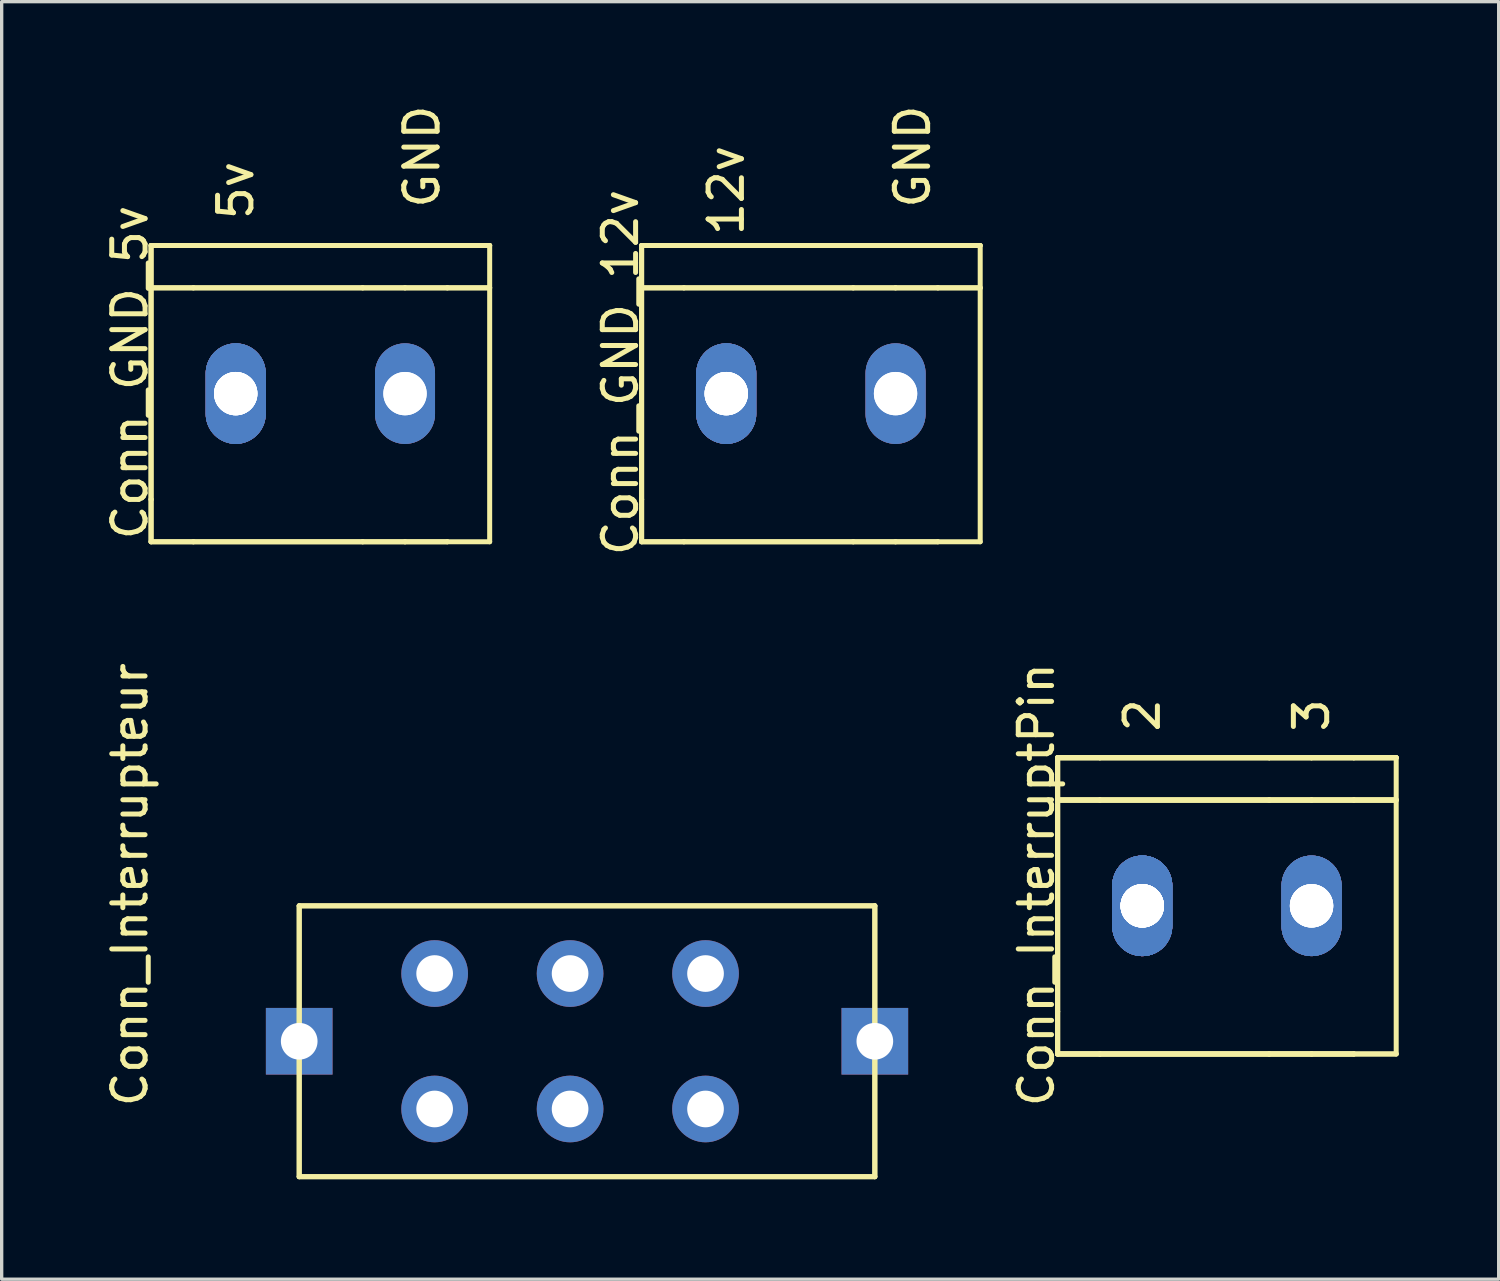
<source format=kicad_pcb>
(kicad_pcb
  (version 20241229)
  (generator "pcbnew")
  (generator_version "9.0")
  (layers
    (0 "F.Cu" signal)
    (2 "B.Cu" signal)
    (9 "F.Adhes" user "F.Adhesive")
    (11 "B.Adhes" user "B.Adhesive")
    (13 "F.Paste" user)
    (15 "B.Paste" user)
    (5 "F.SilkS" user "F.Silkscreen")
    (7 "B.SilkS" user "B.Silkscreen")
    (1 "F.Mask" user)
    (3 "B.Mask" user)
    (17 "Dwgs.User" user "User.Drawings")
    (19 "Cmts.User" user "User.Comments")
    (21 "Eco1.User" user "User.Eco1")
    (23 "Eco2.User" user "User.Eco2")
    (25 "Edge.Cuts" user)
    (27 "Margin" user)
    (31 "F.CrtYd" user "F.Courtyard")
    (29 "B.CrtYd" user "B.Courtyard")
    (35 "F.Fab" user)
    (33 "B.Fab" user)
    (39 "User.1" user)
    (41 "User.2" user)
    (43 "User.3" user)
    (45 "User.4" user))
  (footprint "Conn_GND_12v"
    (layer "F.Cu")
    (at 21.282 8.761)
    (property "Reference" "Conn_GND_12v" (at -5.715 -0.635 90) (layer "F.SilkS") (effects (font (size 1 1) (thickness 0.15))))
    (attr exclude_from_pos_files exclude_from_bom)
    (fp_line (start -5.08 -4.445) (end -3.81 -4.445) (stroke (width 0.15) (type solid)) (layer "F.SilkS"))
    (fp_line (start -5.08 -4.445) (end -3.81 -4.445) (stroke (width 0.15) (type solid)) (layer "F.SilkS"))
    (fp_line (start -5.08 -3.175) (end -5.08 -4.445) (stroke (width 0.15) (type solid)) (layer "F.SilkS"))
    (fp_line (start -5.08 -3.175) (end -5.08 -4.445) (stroke (width 0.15) (type solid)) (layer "F.SilkS"))
    (fp_line (start -5.08 -3.175) (end -5.08 3.175) (stroke (width 0.15) (type solid)) (layer "F.SilkS"))
    (fp_line (start -5.08 -3.175) (end -5.08 3.175) (stroke (width 0.15) (type solid)) (layer "F.SilkS"))
    (fp_line (start -5.08 -3.175) (end -3.81 -3.175) (stroke (width 0.15) (type solid)) (layer "F.SilkS"))
    (fp_line (start -5.08 -3.175) (end -3.81 -3.175) (stroke (width 0.15) (type solid)) (layer "F.SilkS"))
    (fp_line (start -5.08 4.445) (end -5.08 3.175) (stroke (width 0.15) (type solid)) (layer "F.SilkS"))
    (fp_line (start -5.08 4.445) (end -5.08 3.175) (stroke (width 0.15) (type solid)) (layer "F.SilkS"))
    (fp_line (start -3.81 -4.445) (end 1.27 -4.445) (stroke (width 0.15) (type solid)) (layer "F.SilkS"))
    (fp_line (start -3.81 -4.445) (end 1.27 -4.445) (stroke (width 0.15) (type solid)) (layer "F.SilkS"))
    (fp_line (start -3.81 4.445) (end -5.08 4.445) (stroke (width 0.15) (type solid)) (layer "F.SilkS"))
    (fp_line (start -3.81 4.445) (end -5.08 4.445) (stroke (width 0.15) (type solid)) (layer "F.SilkS"))
    (fp_line (start 1.27 -4.445) (end 2.54 -4.445) (stroke (width 0.15) (type solid)) (layer "F.SilkS"))
    (fp_line (start 1.27 -4.445) (end 2.54 -4.445) (stroke (width 0.15) (type solid)) (layer "F.SilkS"))
    (fp_line (start 1.27 -3.175) (end -3.81 -3.175) (stroke (width 0.15) (type solid)) (layer "F.SilkS"))
    (fp_line (start 1.27 -3.175) (end -3.81 -3.175) (stroke (width 0.15) (type solid)) (layer "F.SilkS"))
    (fp_line (start 1.27 -3.175) (end 2.54 -3.175) (stroke (width 0.15) (type solid)) (layer "F.SilkS"))
    (fp_line (start 1.27 -3.175) (end 2.54 -3.175) (stroke (width 0.15) (type solid)) (layer "F.SilkS"))
    (fp_line (start 1.27 4.445) (end -3.81 4.445) (stroke (width 0.15) (type solid)) (layer "F.SilkS"))
    (fp_line (start 1.27 4.445) (end -3.81 4.445) (stroke (width 0.15) (type solid)) (layer "F.SilkS"))
    (fp_line (start 1.27 4.445) (end 2.54 4.445) (stroke (width 0.15) (type solid)) (layer "F.SilkS"))
    (fp_line (start 1.27 4.445) (end 2.54 4.445) (stroke (width 0.15) (type solid)) (layer "F.SilkS"))
    (fp_line (start 2.54 -4.445) (end 3.81 -4.445) (stroke (width 0.15) (type solid)) (layer "F.SilkS"))
    (fp_line (start 2.54 -4.445) (end 3.81 -4.445) (stroke (width 0.15) (type solid)) (layer "F.SilkS"))
    (fp_line (start 2.54 -3.175) (end 3.81 -3.175) (stroke (width 0.15) (type solid)) (layer "F.SilkS"))
    (fp_line (start 2.54 -3.175) (end 3.81 -3.175) (stroke (width 0.15) (type solid)) (layer "F.SilkS"))
    (fp_line (start 2.54 4.445) (end 3.81 4.445) (stroke (width 0.15) (type solid)) (layer "F.SilkS"))
    (fp_line (start 2.54 4.445) (end 3.81 4.445) (stroke (width 0.15) (type solid)) (layer "F.SilkS"))
    (fp_line (start 3.81 -4.445) (end 5.08 -4.445) (stroke (width 0.15) (type solid)) (layer "F.SilkS"))
    (fp_line (start 3.81 -4.445) (end 5.08 -4.445) (stroke (width 0.15) (type solid)) (layer "F.SilkS"))
    (fp_line (start 3.81 -3.175) (end 5.08 -3.175) (stroke (width 0.15) (type solid)) (layer "F.SilkS"))
    (fp_line (start 3.81 -3.175) (end 5.08 -3.175) (stroke (width 0.15) (type solid)) (layer "F.SilkS"))
    (fp_line (start 5.08 -4.445) (end 5.08 4.445) (stroke (width 0.15) (type solid)) (layer "F.SilkS"))
    (fp_line (start 5.08 4.445) (end 3.81 4.445) (stroke (width 0.15) (type solid)) (layer "F.SilkS"))
    (fp_text user "12v" (at -2.54 -6.096 90) (layer "F.SilkS") (effects (font (size 1 1) (thickness 0.15))))
    (fp_text user "GND" (at 3.048 -7.112 90) (layer "F.SilkS") (effects (font (size 1 1) (thickness 0.15))))
    (pad "1" thru_hole oval (at -2.54 0) (size 1.8 3.015) (drill 1.3) (layers "*.Cu" "*.Mask"))
    (pad "1" thru_hole oval (at -2.54 0) (size 1.8 3.015) (drill 1.3) (layers "*.Cu" "*.Mask"))
    (pad "1" thru_hole oval (at -2.54 0) (size 1.8 3.015) (drill 1.3) (layers "*.Cu" "*.Mask"))
    (pad "1" thru_hole oval (at -2.54 0) (size 1.8 3.015) (drill 1.3) (layers "*.Cu" "*.Mask"))
    (pad "2" thru_hole oval (at 2.54 0) (size 1.8 3.015) (drill 1.3) (layers "*.Cu" "*.Mask"))
    (pad "2" thru_hole oval (at 2.54 0) (size 1.8 3.015) (drill 1.3) (layers "*.Cu" "*.Mask")))
  (footprint "Conn_Interrupteur"
    (layer "F.Cu")
    (at 5.928 24.13)
    (property "Reference" "Conn_Interrupteur" (at -5.08 -0.635 90) (layer "F.SilkS") (effects (font (size 1 1) (thickness 0.15))))
    (attr exclude_from_pos_files exclude_from_bom)
    (fp_line (start 0 0) (end 17.272 0) (stroke (width 0.15) (type solid)) (layer "F.SilkS"))
    (fp_line (start 0 0) (end 17.272 0) (stroke (width 0.15) (type solid)) (layer "F.SilkS"))
    (fp_line (start 0 8.128) (end 0 0) (stroke (width 0.15) (type solid)) (layer "F.SilkS"))
    (fp_line (start 0 8.128) (end 0 0) (stroke (width 0.15) (type solid)) (layer "F.SilkS"))
    (fp_line (start 17.272 0) (end 17.272 8.128) (stroke (width 0.15) (type solid)) (layer "F.SilkS"))
    (fp_line (start 17.272 0) (end 17.272 8.128) (stroke (width 0.15) (type solid)) (layer "F.SilkS"))
    (fp_line (start 17.272 8.128) (end 0 8.128) (stroke (width 0.15) (type solid)) (layer "F.SilkS"))
    (fp_line (start 17.272 8.128) (end 0 8.128) (stroke (width 0.15) (type solid)) (layer "F.SilkS"))
    (pad "1" thru_hole circle (at 4.064 6.096) (size 2 2) (drill 1.1) (layers "*.Cu" "*.Mask"))
    (pad "2" thru_hole circle (at 8.128 6.096) (size 2 2) (drill 1.1) (layers "*.Cu" "*.Mask"))
    (pad "3" thru_hole circle (at 12.192 6.096) (size 2 2) (drill 1.1) (layers "*.Cu" "*.Mask"))
    (pad "4" thru_hole rect (at 17.272 4.064) (size 2 2) (drill 1.1) (layers "*.Cu" "*.Mask"))
    (pad "5" thru_hole circle (at 12.192 2.032) (size 2 2) (drill 1.1) (layers "*.Cu" "*.Mask"))
    (pad "6" thru_hole circle (at 8.128 2.032) (size 2 2) (drill 1.1) (layers "*.Cu" "*.Mask"))
    (pad "7" thru_hole circle (at 4.064 2.032) (size 2 2) (drill 1.1) (layers "*.Cu" "*.Mask"))
    (pad "8" thru_hole rect (at 0 4.064) (size 2 2) (drill 1.1) (layers "*.Cu" "*.Mask")))
  (footprint "Conn_InterruptPin"
    (layer "F.Cu")
    (at 33.764 24.13)
    (property "Reference" "Conn_InterruptPin" (at -5.715 -0.635 90) (layer "F.SilkS") (effects (font (size 1 1) (thickness 0.15))))
    (attr exclude_from_pos_files exclude_from_bom)
    (fp_line (start -5.08 -4.445) (end -3.81 -4.445) (stroke (width 0.15) (type solid)) (layer "F.SilkS"))
    (fp_line (start -5.08 -4.445) (end -3.81 -4.445) (stroke (width 0.15) (type solid)) (layer "F.SilkS"))
    (fp_line (start -5.08 -4.445) (end -3.81 -4.445) (stroke (width 0.15) (type solid)) (layer "F.SilkS"))
    (fp_line (start -5.08 -4.445) (end -3.81 -4.445) (stroke (width 0.15) (type solid)) (layer "F.SilkS"))
    (fp_line (start -5.08 -3.175) (end -5.08 -4.445) (stroke (width 0.15) (type solid)) (layer "F.SilkS"))
    (fp_line (start -5.08 -3.175) (end -5.08 -4.445) (stroke (width 0.15) (type solid)) (layer "F.SilkS"))
    (fp_line (start -5.08 -3.175) (end -5.08 -4.445) (stroke (width 0.15) (type solid)) (layer "F.SilkS"))
    (fp_line (start -5.08 -3.175) (end -5.08 -4.445) (stroke (width 0.15) (type solid)) (layer "F.SilkS"))
    (fp_line (start -5.08 -3.175) (end -5.08 3.175) (stroke (width 0.15) (type solid)) (layer "F.SilkS"))
    (fp_line (start -5.08 -3.175) (end -5.08 3.175) (stroke (width 0.15) (type solid)) (layer "F.SilkS"))
    (fp_line (start -5.08 -3.175) (end -5.08 3.175) (stroke (width 0.15) (type solid)) (layer "F.SilkS"))
    (fp_line (start -5.08 -3.175) (end -5.08 3.175) (stroke (width 0.15) (type solid)) (layer "F.SilkS"))
    (fp_line (start -5.08 -3.175) (end -3.81 -3.175) (stroke (width 0.15) (type solid)) (layer "F.SilkS"))
    (fp_line (start -5.08 -3.175) (end -3.81 -3.175) (stroke (width 0.15) (type solid)) (layer "F.SilkS"))
    (fp_line (start -5.08 -3.175) (end -3.81 -3.175) (stroke (width 0.15) (type solid)) (layer "F.SilkS"))
    (fp_line (start -5.08 -3.175) (end -3.81 -3.175) (stroke (width 0.15) (type solid)) (layer "F.SilkS"))
    (fp_line (start -5.08 4.445) (end -5.08 3.175) (stroke (width 0.15) (type solid)) (layer "F.SilkS"))
    (fp_line (start -5.08 4.445) (end -5.08 3.175) (stroke (width 0.15) (type solid)) (layer "F.SilkS"))
    (fp_line (start -5.08 4.445) (end -5.08 3.175) (stroke (width 0.15) (type solid)) (layer "F.SilkS"))
    (fp_line (start -5.08 4.445) (end -5.08 3.175) (stroke (width 0.15) (type solid)) (layer "F.SilkS"))
    (fp_line (start -3.81 -4.445) (end 1.27 -4.445) (stroke (width 0.15) (type solid)) (layer "F.SilkS"))
    (fp_line (start -3.81 -4.445) (end 1.27 -4.445) (stroke (width 0.15) (type solid)) (layer "F.SilkS"))
    (fp_line (start -3.81 -4.445) (end 1.27 -4.445) (stroke (width 0.15) (type solid)) (layer "F.SilkS"))
    (fp_line (start -3.81 -4.445) (end 1.27 -4.445) (stroke (width 0.15) (type solid)) (layer "F.SilkS"))
    (fp_line (start -3.81 4.445) (end -5.08 4.445) (stroke (width 0.15) (type solid)) (layer "F.SilkS"))
    (fp_line (start -3.81 4.445) (end -5.08 4.445) (stroke (width 0.15) (type solid)) (layer "F.SilkS"))
    (fp_line (start -3.81 4.445) (end -5.08 4.445) (stroke (width 0.15) (type solid)) (layer "F.SilkS"))
    (fp_line (start -3.81 4.445) (end -5.08 4.445) (stroke (width 0.15) (type solid)) (layer "F.SilkS"))
    (fp_line (start 1.27 -4.445) (end 2.54 -4.445) (stroke (width 0.15) (type solid)) (layer "F.SilkS"))
    (fp_line (start 1.27 -4.445) (end 2.54 -4.445) (stroke (width 0.15) (type solid)) (layer "F.SilkS"))
    (fp_line (start 1.27 -4.445) (end 2.54 -4.445) (stroke (width 0.15) (type solid)) (layer "F.SilkS"))
    (fp_line (start 1.27 -4.445) (end 2.54 -4.445) (stroke (width 0.15) (type solid)) (layer "F.SilkS"))
    (fp_line (start 1.27 -3.175) (end -3.81 -3.175) (stroke (width 0.15) (type solid)) (layer "F.SilkS"))
    (fp_line (start 1.27 -3.175) (end -3.81 -3.175) (stroke (width 0.15) (type solid)) (layer "F.SilkS"))
    (fp_line (start 1.27 -3.175) (end -3.81 -3.175) (stroke (width 0.15) (type solid)) (layer "F.SilkS"))
    (fp_line (start 1.27 -3.175) (end -3.81 -3.175) (stroke (width 0.15) (type solid)) (layer "F.SilkS"))
    (fp_line (start 1.27 -3.175) (end 2.54 -3.175) (stroke (width 0.15) (type solid)) (layer "F.SilkS"))
    (fp_line (start 1.27 -3.175) (end 2.54 -3.175) (stroke (width 0.15) (type solid)) (layer "F.SilkS"))
    (fp_line (start 1.27 -3.175) (end 2.54 -3.175) (stroke (width 0.15) (type solid)) (layer "F.SilkS"))
    (fp_line (start 1.27 -3.175) (end 2.54 -3.175) (stroke (width 0.15) (type solid)) (layer "F.SilkS"))
    (fp_line (start 1.27 4.445) (end -3.81 4.445) (stroke (width 0.15) (type solid)) (layer "F.SilkS"))
    (fp_line (start 1.27 4.445) (end -3.81 4.445) (stroke (width 0.15) (type solid)) (layer "F.SilkS"))
    (fp_line (start 1.27 4.445) (end -3.81 4.445) (stroke (width 0.15) (type solid)) (layer "F.SilkS"))
    (fp_line (start 1.27 4.445) (end -3.81 4.445) (stroke (width 0.15) (type solid)) (layer "F.SilkS"))
    (fp_line (start 1.27 4.445) (end 2.54 4.445) (stroke (width 0.15) (type solid)) (layer "F.SilkS"))
    (fp_line (start 1.27 4.445) (end 2.54 4.445) (stroke (width 0.15) (type solid)) (layer "F.SilkS"))
    (fp_line (start 1.27 4.445) (end 2.54 4.445) (stroke (width 0.15) (type solid)) (layer "F.SilkS"))
    (fp_line (start 1.27 4.445) (end 2.54 4.445) (stroke (width 0.15) (type solid)) (layer "F.SilkS"))
    (fp_line (start 2.54 -4.445) (end 3.81 -4.445) (stroke (width 0.15) (type solid)) (layer "F.SilkS"))
    (fp_line (start 2.54 -4.445) (end 3.81 -4.445) (stroke (width 0.15) (type solid)) (layer "F.SilkS"))
    (fp_line (start 2.54 -4.445) (end 3.81 -4.445) (stroke (width 0.15) (type solid)) (layer "F.SilkS"))
    (fp_line (start 2.54 -4.445) (end 3.81 -4.445) (stroke (width 0.15) (type solid)) (layer "F.SilkS"))
    (fp_line (start 2.54 -3.175) (end 3.81 -3.175) (stroke (width 0.15) (type solid)) (layer "F.SilkS"))
    (fp_line (start 2.54 -3.175) (end 3.81 -3.175) (stroke (width 0.15) (type solid)) (layer "F.SilkS"))
    (fp_line (start 2.54 -3.175) (end 3.81 -3.175) (stroke (width 0.15) (type solid)) (layer "F.SilkS"))
    (fp_line (start 2.54 -3.175) (end 3.81 -3.175) (stroke (width 0.15) (type solid)) (layer "F.SilkS"))
    (fp_line (start 2.54 4.445) (end 3.81 4.445) (stroke (width 0.15) (type solid)) (layer "F.SilkS"))
    (fp_line (start 2.54 4.445) (end 3.81 4.445) (stroke (width 0.15) (type solid)) (layer "F.SilkS"))
    (fp_line (start 2.54 4.445) (end 3.81 4.445) (stroke (width 0.15) (type solid)) (layer "F.SilkS"))
    (fp_line (start 2.54 4.445) (end 3.81 4.445) (stroke (width 0.15) (type solid)) (layer "F.SilkS"))
    (fp_line (start 3.81 -4.445) (end 5.08 -4.445) (stroke (width 0.15) (type solid)) (layer "F.SilkS"))
    (fp_line (start 3.81 -4.445) (end 5.08 -4.445) (stroke (width 0.15) (type solid)) (layer "F.SilkS"))
    (fp_line (start 3.81 -4.445) (end 5.08 -4.445) (stroke (width 0.15) (type solid)) (layer "F.SilkS"))
    (fp_line (start 3.81 -4.445) (end 5.08 -4.445) (stroke (width 0.15) (type solid)) (layer "F.SilkS"))
    (fp_line (start 3.81 -3.175) (end 5.08 -3.175) (stroke (width 0.15) (type solid)) (layer "F.SilkS"))
    (fp_line (start 3.81 -3.175) (end 5.08 -3.175) (stroke (width 0.15) (type solid)) (layer "F.SilkS"))
    (fp_line (start 3.81 -3.175) (end 5.08 -3.175) (stroke (width 0.15) (type solid)) (layer "F.SilkS"))
    (fp_line (start 3.81 -3.175) (end 5.08 -3.175) (stroke (width 0.15) (type solid)) (layer "F.SilkS"))
    (fp_line (start 5.08 -4.445) (end 5.08 4.445) (stroke (width 0.15) (type solid)) (layer "F.SilkS"))
    (fp_line (start 5.08 4.445) (end 3.81 4.445) (stroke (width 0.15) (type solid)) (layer "F.SilkS"))
    (fp_line (start 5.08 4.445) (end 3.81 4.445) (stroke (width 0.15) (type solid)) (layer "F.SilkS"))
    (fp_text user "3" (at 2.54 -5.715 90) (layer "F.SilkS") (effects (font (size 1 1) (thickness 0.15))))
    (fp_text user "2" (at -2.54 -5.715 90) (layer "F.SilkS") (effects (font (size 1 1) (thickness 0.15))))
    (pad "1" thru_hole oval (at -2.54 0) (size 1.8 3.015) (drill 1.3) (layers "*.Cu" "*.Mask"))
    (pad "1" thru_hole oval (at -2.54 0) (size 1.8 3.015) (drill 1.3) (layers "*.Cu" "*.Mask"))
    (pad "1" thru_hole oval (at -2.54 0) (size 1.8 3.015) (drill 1.3) (layers "*.Cu" "*.Mask"))
    (pad "1" thru_hole oval (at -2.54 0) (size 1.8 3.015) (drill 1.3) (layers "*.Cu" "*.Mask"))
    (pad "1" thru_hole oval (at -2.54 0) (size 1.8 3.015) (drill 1.3) (layers "*.Cu" "*.Mask"))
    (pad "1" thru_hole oval (at -2.54 0) (size 1.8 3.015) (drill 1.3) (layers "*.Cu" "*.Mask"))
    (pad "1" thru_hole oval (at -2.54 0) (size 1.8 3.015) (drill 1.3) (layers "*.Cu" "*.Mask"))
    (pad "1" thru_hole oval (at -2.54 0) (size 1.8 3.015) (drill 1.3) (layers "*.Cu" "*.Mask"))
    (pad "2" thru_hole oval (at 2.54 0) (size 1.8 3.015) (drill 1.3) (layers "*.Cu" "*.Mask"))
    (pad "2" thru_hole oval (at 2.54 0) (size 1.8 3.015) (drill 1.3) (layers "*.Cu" "*.Mask"))
    (pad "2" thru_hole oval (at 2.54 0) (size 1.8 3.015) (drill 1.3) (layers "*.Cu" "*.Mask"))
    (pad "2" thru_hole oval (at 2.54 0) (size 1.8 3.015) (drill 1.3) (layers "*.Cu" "*.Mask")))
  (footprint "Conn_GND_5v"
    (layer "F.Cu")
    (at 6.563 8.761)
    (property "Reference" "Conn_GND_5v" (at -5.715 -0.635 90) (layer "F.SilkS") (effects (font (size 1 1) (thickness 0.15))))
    (attr exclude_from_pos_files exclude_from_bom)
    (fp_line (start -5.08 -4.445) (end -3.81 -4.445) (stroke (width 0.15) (type solid)) (layer "F.SilkS"))
    (fp_line (start -5.08 -4.445) (end -3.81 -4.445) (stroke (width 0.15) (type solid)) (layer "F.SilkS"))
    (fp_line (start -5.08 -3.175) (end -5.08 -4.445) (stroke (width 0.15) (type solid)) (layer "F.SilkS"))
    (fp_line (start -5.08 -3.175) (end -5.08 -4.445) (stroke (width 0.15) (type solid)) (layer "F.SilkS"))
    (fp_line (start -5.08 -3.175) (end -5.08 3.175) (stroke (width 0.15) (type solid)) (layer "F.SilkS"))
    (fp_line (start -5.08 -3.175) (end -5.08 3.175) (stroke (width 0.15) (type solid)) (layer "F.SilkS"))
    (fp_line (start -5.08 -3.175) (end -3.81 -3.175) (stroke (width 0.15) (type solid)) (layer "F.SilkS"))
    (fp_line (start -5.08 -3.175) (end -3.81 -3.175) (stroke (width 0.15) (type solid)) (layer "F.SilkS"))
    (fp_line (start -5.08 4.445) (end -5.08 3.175) (stroke (width 0.15) (type solid)) (layer "F.SilkS"))
    (fp_line (start -5.08 4.445) (end -5.08 3.175) (stroke (width 0.15) (type solid)) (layer "F.SilkS"))
    (fp_line (start -3.81 -4.445) (end 1.27 -4.445) (stroke (width 0.15) (type solid)) (layer "F.SilkS"))
    (fp_line (start -3.81 -4.445) (end 1.27 -4.445) (stroke (width 0.15) (type solid)) (layer "F.SilkS"))
    (fp_line (start -3.81 4.445) (end -5.08 4.445) (stroke (width 0.15) (type solid)) (layer "F.SilkS"))
    (fp_line (start -3.81 4.445) (end -5.08 4.445) (stroke (width 0.15) (type solid)) (layer "F.SilkS"))
    (fp_line (start 1.27 -4.445) (end 2.54 -4.445) (stroke (width 0.15) (type solid)) (layer "F.SilkS"))
    (fp_line (start 1.27 -4.445) (end 2.54 -4.445) (stroke (width 0.15) (type solid)) (layer "F.SilkS"))
    (fp_line (start 1.27 -3.175) (end -3.81 -3.175) (stroke (width 0.15) (type solid)) (layer "F.SilkS"))
    (fp_line (start 1.27 -3.175) (end -3.81 -3.175) (stroke (width 0.15) (type solid)) (layer "F.SilkS"))
    (fp_line (start 1.27 -3.175) (end 2.54 -3.175) (stroke (width 0.15) (type solid)) (layer "F.SilkS"))
    (fp_line (start 1.27 -3.175) (end 2.54 -3.175) (stroke (width 0.15) (type solid)) (layer "F.SilkS"))
    (fp_line (start 1.27 4.445) (end -3.81 4.445) (stroke (width 0.15) (type solid)) (layer "F.SilkS"))
    (fp_line (start 1.27 4.445) (end -3.81 4.445) (stroke (width 0.15) (type solid)) (layer "F.SilkS"))
    (fp_line (start 1.27 4.445) (end 2.54 4.445) (stroke (width 0.15) (type solid)) (layer "F.SilkS"))
    (fp_line (start 1.27 4.445) (end 2.54 4.445) (stroke (width 0.15) (type solid)) (layer "F.SilkS"))
    (fp_line (start 2.54 -4.445) (end 3.81 -4.445) (stroke (width 0.15) (type solid)) (layer "F.SilkS"))
    (fp_line (start 2.54 -4.445) (end 3.81 -4.445) (stroke (width 0.15) (type solid)) (layer "F.SilkS"))
    (fp_line (start 2.54 -3.175) (end 3.81 -3.175) (stroke (width 0.15) (type solid)) (layer "F.SilkS"))
    (fp_line (start 2.54 -3.175) (end 3.81 -3.175) (stroke (width 0.15) (type solid)) (layer "F.SilkS"))
    (fp_line (start 2.54 4.445) (end 3.81 4.445) (stroke (width 0.15) (type solid)) (layer "F.SilkS"))
    (fp_line (start 2.54 4.445) (end 3.81 4.445) (stroke (width 0.15) (type solid)) (layer "F.SilkS"))
    (fp_line (start 3.81 -4.445) (end 5.08 -4.445) (stroke (width 0.15) (type solid)) (layer "F.SilkS"))
    (fp_line (start 3.81 -4.445) (end 5.08 -4.445) (stroke (width 0.15) (type solid)) (layer "F.SilkS"))
    (fp_line (start 3.81 -3.175) (end 5.08 -3.175) (stroke (width 0.15) (type solid)) (layer "F.SilkS"))
    (fp_line (start 3.81 -3.175) (end 5.08 -3.175) (stroke (width 0.15) (type solid)) (layer "F.SilkS"))
    (fp_line (start 5.08 -4.445) (end 5.08 4.445) (stroke (width 0.15) (type solid)) (layer "F.SilkS"))
    (fp_line (start 5.08 4.445) (end 3.81 4.445) (stroke (width 0.15) (type solid)) (layer "F.SilkS"))
    (fp_text user "GND" (at 3.048 -7.112 90) (layer "F.SilkS") (effects (font (size 1 1) (thickness 0.15))))
    (fp_text user "5v" (at -2.54 -6.096 90) (layer "F.SilkS") (effects (font (size 1 1) (thickness 0.15))))
    (pad "1" thru_hole oval (at -2.54 0) (size 1.8 3.015) (drill 1.3) (layers "*.Cu" "*.Mask"))
    (pad "1" thru_hole oval (at -2.54 0) (size 1.8 3.015) (drill 1.3) (layers "*.Cu" "*.Mask"))
    (pad "1" thru_hole oval (at -2.54 0) (size 1.8 3.015) (drill 1.3) (layers "*.Cu" "*.Mask"))
    (pad "1" thru_hole oval (at -2.54 0) (size 1.8 3.015) (drill 1.3) (layers "*.Cu" "*.Mask"))
    (pad "2" thru_hole oval (at 2.54 0) (size 1.8 3.015) (drill 1.3) (layers "*.Cu" "*.Mask"))
    (pad "2" thru_hole oval (at 2.54 0) (size 1.8 3.015) (drill 1.3) (layers "*.Cu" "*.Mask")))
  (gr_rect
    (start -3 -3)
    (end 41.919 35.333)
    (stroke (width 0.1) (type default))
    (fill no)
    (layer "Edge.Cuts")))
</source>
